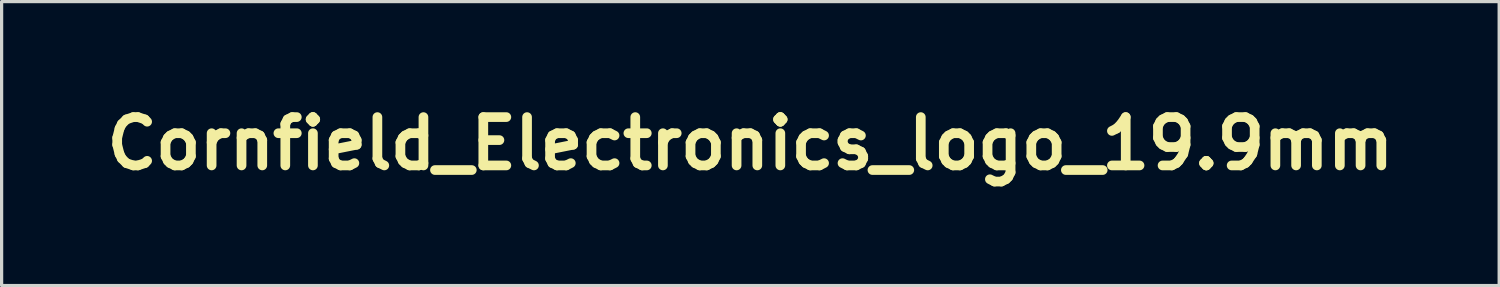
<source format=kicad_pcb>
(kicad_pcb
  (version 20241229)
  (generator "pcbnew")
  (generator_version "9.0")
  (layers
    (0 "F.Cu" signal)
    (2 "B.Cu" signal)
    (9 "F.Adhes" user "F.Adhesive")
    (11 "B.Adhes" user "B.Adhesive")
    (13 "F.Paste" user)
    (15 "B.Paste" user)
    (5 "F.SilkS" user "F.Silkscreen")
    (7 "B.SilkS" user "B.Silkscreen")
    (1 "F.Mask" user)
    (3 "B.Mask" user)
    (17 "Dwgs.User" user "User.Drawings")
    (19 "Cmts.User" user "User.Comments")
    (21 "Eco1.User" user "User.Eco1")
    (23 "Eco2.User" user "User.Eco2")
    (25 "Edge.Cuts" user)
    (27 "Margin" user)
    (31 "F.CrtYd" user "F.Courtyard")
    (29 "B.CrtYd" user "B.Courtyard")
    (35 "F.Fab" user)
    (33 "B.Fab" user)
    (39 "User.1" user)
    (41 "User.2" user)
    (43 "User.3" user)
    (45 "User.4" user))
  (footprint "Cornfield_Electronics_logo_19.9mm"
    (layer "F.Cu")
    (at 20.229 1.404)
    (property "Reference" "Cornfield_Electronics_logo_19.9mm" (at 0 0 0) (layer "F.SilkS") (effects (font (size 1.5 1.5) (thickness 0.3))))
    (attr board_only exclude_from_pos_files exclude_from_bom)
    (fp_poly (pts (xy -9.68 -0.712) (xy -9.673 -0.683) (xy -9.689 -0.645) (xy -9.718 -0.637) (xy -9.756 -0.653) (xy -9.764 -0.683) (xy -9.748 -0.721) (xy -9.718 -0.728)) (stroke (width 0) (type solid)) (fill yes) (layer "F.Mask"))
    (fp_poly (pts (xy -9.68 -0.576) (xy -9.673 -0.546) (xy -9.689 -0.508) (xy -9.718 -0.501) (xy -9.756 -0.517) (xy -9.764 -0.546) (xy -9.748 -0.584) (xy -9.718 -0.592)) (stroke (width 0) (type solid)) (fill yes) (layer "F.Mask"))
    (fp_poly (pts (xy -9.68 -0.416) (xy -9.673 -0.387) (xy -9.689 -0.349) (xy -9.718 -0.341) (xy -9.756 -0.357) (xy -9.764 -0.387) (xy -9.748 -0.425) (xy -9.718 -0.432)) (stroke (width 0) (type solid)) (fill yes) (layer "F.Mask"))
    (fp_poly (pts (xy -9.544 -0.803) (xy -9.536 -0.774) (xy -9.552 -0.736) (xy -9.582 -0.728) (xy -9.62 -0.744) (xy -9.627 -0.774) (xy -9.611 -0.812) (xy -9.582 -0.819)) (stroke (width 0) (type solid)) (fill yes) (layer "F.Mask"))
    (fp_poly (pts (xy -9.544 -0.644) (xy -9.536 -0.615) (xy -9.552 -0.576) (xy -9.582 -0.569) (xy -9.62 -0.585) (xy -9.627 -0.615) (xy -9.611 -0.653) (xy -9.582 -0.66)) (stroke (width 0) (type solid)) (fill yes) (layer "F.Mask"))
    (fp_poly (pts (xy -9.544 -0.485) (xy -9.536 -0.455) (xy -9.552 -0.417) (xy -9.582 -0.41) (xy -9.62 -0.426) (xy -9.627 -0.455) (xy -9.611 -0.493) (xy -9.582 -0.501)) (stroke (width 0) (type solid)) (fill yes) (layer "F.Mask"))
    (fp_poly (pts (xy -9.544 -0.348) (xy -9.536 -0.319) (xy -9.552 -0.281) (xy -9.582 -0.273) (xy -9.62 -0.289) (xy -9.627 -0.319) (xy -9.611 -0.357) (xy -9.582 -0.364)) (stroke (width 0) (type solid)) (fill yes) (layer "F.Mask"))
    (fp_poly (pts (xy -9.385 -0.712) (xy -9.377 -0.683) (xy -9.393 -0.645) (xy -9.423 -0.637) (xy -9.461 -0.653) (xy -9.468 -0.683) (xy -9.452 -0.721) (xy -9.423 -0.728)) (stroke (width 0) (type solid)) (fill yes) (layer "F.Mask"))
    (fp_poly (pts (xy -9.385 -0.576) (xy -9.377 -0.546) (xy -9.393 -0.508) (xy -9.423 -0.501) (xy -9.461 -0.517) (xy -9.468 -0.546) (xy -9.452 -0.584) (xy -9.423 -0.592)) (stroke (width 0) (type solid)) (fill yes) (layer "F.Mask"))
    (fp_poly (pts (xy -9.385 -0.416) (xy -9.377 -0.387) (xy -9.393 -0.349) (xy -9.423 -0.341) (xy -9.461 -0.357) (xy -9.468 -0.387) (xy -9.452 -0.425) (xy -9.423 -0.432)) (stroke (width 0) (type solid)) (fill yes) (layer "F.Mask"))
    (fp_poly (pts (xy -8.838 -0.712) (xy -8.831 -0.683) (xy -8.847 -0.645) (xy -8.876 -0.637) (xy -8.914 -0.653) (xy -8.922 -0.683) (xy -8.906 -0.721) (xy -8.876 -0.728)) (stroke (width 0) (type solid)) (fill yes) (layer "F.Mask"))
    (fp_poly (pts (xy -8.838 -0.576) (xy -8.831 -0.546) (xy -8.847 -0.508) (xy -8.876 -0.501) (xy -8.914 -0.517) (xy -8.922 -0.546) (xy -8.906 -0.584) (xy -8.876 -0.592)) (stroke (width 0) (type solid)) (fill yes) (layer "F.Mask"))
    (fp_poly (pts (xy -8.838 -0.416) (xy -8.831 -0.387) (xy -8.847 -0.349) (xy -8.876 -0.341) (xy -8.914 -0.357) (xy -8.922 -0.387) (xy -8.906 -0.425) (xy -8.876 -0.432)) (stroke (width 0) (type solid)) (fill yes) (layer "F.Mask"))
    (fp_poly (pts (xy -8.702 -0.803) (xy -8.694 -0.774) (xy -8.71 -0.736) (xy -8.74 -0.728) (xy -8.778 -0.744) (xy -8.785 -0.774) (xy -8.769 -0.812) (xy -8.74 -0.819)) (stroke (width 0) (type solid)) (fill yes) (layer "F.Mask"))
    (fp_poly (pts (xy -8.702 -0.644) (xy -8.694 -0.615) (xy -8.71 -0.576) (xy -8.74 -0.569) (xy -8.778 -0.585) (xy -8.785 -0.615) (xy -8.769 -0.653) (xy -8.74 -0.66)) (stroke (width 0) (type solid)) (fill yes) (layer "F.Mask"))
    (fp_poly (pts (xy -8.702 -0.485) (xy -8.694 -0.455) (xy -8.71 -0.417) (xy -8.74 -0.41) (xy -8.778 -0.426) (xy -8.785 -0.455) (xy -8.769 -0.493) (xy -8.74 -0.501)) (stroke (width 0) (type solid)) (fill yes) (layer "F.Mask"))
    (fp_poly (pts (xy -8.702 -0.348) (xy -8.694 -0.319) (xy -8.71 -0.281) (xy -8.74 -0.273) (xy -8.778 -0.289) (xy -8.785 -0.319) (xy -8.769 -0.357) (xy -8.74 -0.364)) (stroke (width 0) (type solid)) (fill yes) (layer "F.Mask"))
    (fp_poly (pts (xy -8.542 -0.712) (xy -8.535 -0.683) (xy -8.551 -0.645) (xy -8.58 -0.637) (xy -8.619 -0.653) (xy -8.626 -0.683) (xy -8.61 -0.721) (xy -8.58 -0.728)) (stroke (width 0) (type solid)) (fill yes) (layer "F.Mask"))
    (fp_poly (pts (xy -8.542 -0.576) (xy -8.535 -0.546) (xy -8.551 -0.508) (xy -8.58 -0.501) (xy -8.619 -0.517) (xy -8.626 -0.546) (xy -8.61 -0.584) (xy -8.58 -0.592)) (stroke (width 0) (type solid)) (fill yes) (layer "F.Mask"))
    (fp_poly (pts (xy -8.542 -0.416) (xy -8.535 -0.387) (xy -8.551 -0.349) (xy -8.58 -0.341) (xy -8.619 -0.357) (xy -8.626 -0.387) (xy -8.61 -0.425) (xy -8.58 -0.432)) (stroke (width 0) (type solid)) (fill yes) (layer "F.Mask"))
    (fp_poly (pts (xy -7.996 -0.712) (xy -7.989 -0.683) (xy -8.005 -0.645) (xy -8.034 -0.637) (xy -8.072 -0.653) (xy -8.08 -0.683) (xy -8.064 -0.721) (xy -8.034 -0.728)) (stroke (width 0) (type solid)) (fill yes) (layer "F.Mask"))
    (fp_poly (pts (xy -7.996 -0.576) (xy -7.989 -0.546) (xy -8.005 -0.508) (xy -8.034 -0.501) (xy -8.072 -0.517) (xy -8.08 -0.546) (xy -8.064 -0.584) (xy -8.034 -0.592)) (stroke (width 0) (type solid)) (fill yes) (layer "F.Mask"))
    (fp_poly (pts (xy -7.996 -0.416) (xy -7.989 -0.387) (xy -8.005 -0.349) (xy -8.034 -0.341) (xy -8.072 -0.357) (xy -8.08 -0.387) (xy -8.064 -0.425) (xy -8.034 -0.432)) (stroke (width 0) (type solid)) (fill yes) (layer "F.Mask"))
    (fp_poly (pts (xy -7.86 -0.803) (xy -7.852 -0.774) (xy -7.868 -0.736) (xy -7.898 -0.728) (xy -7.936 -0.744) (xy -7.943 -0.774) (xy -7.927 -0.812) (xy -7.898 -0.819)) (stroke (width 0) (type solid)) (fill yes) (layer "F.Mask"))
    (fp_poly (pts (xy -7.86 -0.644) (xy -7.852 -0.615) (xy -7.868 -0.576) (xy -7.898 -0.569) (xy -7.936 -0.585) (xy -7.943 -0.615) (xy -7.927 -0.653) (xy -7.898 -0.66)) (stroke (width 0) (type solid)) (fill yes) (layer "F.Mask"))
    (fp_poly (pts (xy -7.86 -0.485) (xy -7.852 -0.455) (xy -7.868 -0.417) (xy -7.898 -0.41) (xy -7.936 -0.426) (xy -7.943 -0.455) (xy -7.927 -0.493) (xy -7.898 -0.501)) (stroke (width 0) (type solid)) (fill yes) (layer "F.Mask"))
    (fp_poly (pts (xy -7.86 -0.348) (xy -7.852 -0.319) (xy -7.868 -0.281) (xy -7.898 -0.273) (xy -7.936 -0.289) (xy -7.943 -0.319) (xy -7.927 -0.357) (xy -7.898 -0.364)) (stroke (width 0) (type solid)) (fill yes) (layer "F.Mask"))
    (fp_poly (pts (xy -7.7 -0.712) (xy -7.693 -0.683) (xy -7.709 -0.645) (xy -7.738 -0.637) (xy -7.776 -0.653) (xy -7.784 -0.683) (xy -7.768 -0.721) (xy -7.738 -0.728)) (stroke (width 0) (type solid)) (fill yes) (layer "F.Mask"))
    (fp_poly (pts (xy -7.7 -0.576) (xy -7.693 -0.546) (xy -7.709 -0.508) (xy -7.738 -0.501) (xy -7.776 -0.517) (xy -7.784 -0.546) (xy -7.768 -0.584) (xy -7.738 -0.592)) (stroke (width 0) (type solid)) (fill yes) (layer "F.Mask"))
    (fp_poly (pts (xy -7.7 -0.416) (xy -7.693 -0.387) (xy -7.709 -0.349) (xy -7.738 -0.341) (xy -7.776 -0.357) (xy -7.784 -0.387) (xy -7.768 -0.425) (xy -7.738 -0.432)) (stroke (width 0) (type solid)) (fill yes) (layer "F.Mask"))
    (fp_poly (pts (xy 8.269 -0.362) (xy 8.348 -0.356) (xy 8.392 -0.347) (xy 8.398 -0.341) (xy 8.378 -0.326) (xy 8.329 -0.319) (xy 8.319 -0.319) (xy 8.239 -0.319) (xy 8.239 0.067) (xy 8.239 0.452) (xy 8.311 0.459) (xy 8.364 0.472) (xy 8.393 0.494) (xy 8.393 0.495) (xy 8.386 0.508) (xy 8.35 0.517) (xy 8.281 0.522) (xy 8.173 0.523) (xy 8.159 0.523) (xy 8.047 0.522) (xy 7.974 0.518) (xy 7.935 0.509) (xy 7.926 0.497) (xy 7.926 0.495) (xy 7.953 0.473) (xy 8.005 0.46) (xy 8.008 0.459) (xy 8.08 0.452) (xy 8.08 0.067) (xy 8.08 -0.319) (xy 8 -0.319) (xy 7.947 -0.324) (xy 7.921 -0.338) (xy 7.92 -0.341) (xy 7.942 -0.352) (xy 8.003 -0.359) (xy 8.097 -0.364) (xy 8.159 -0.364)) (stroke (width 0) (type solid)) (fill yes) (layer "F.Mask"))
    (fp_poly (pts (xy -1.924 -0.363) (xy -1.849 -0.357) (xy -1.798 -0.348) (xy -1.781 -0.336) (xy -1.781 -0.336) (xy -1.81 -0.317) (xy -1.863 -0.314) (xy -1.935 -0.322) (xy -1.935 0.065) (xy -1.935 0.452) (xy -1.862 0.459) (xy -1.809 0.472) (xy -1.781 0.494) (xy -1.781 0.495) (xy -1.788 0.508) (xy -1.823 0.517) (xy -1.893 0.522) (xy -2.002 0.523) (xy -2.011 0.523) (xy -2.111 0.522) (xy -2.193 0.517) (xy -2.247 0.51) (xy -2.263 0.503) (xy -2.257 0.48) (xy -2.218 0.462) (xy -2.16 0.455) (xy -2.144 0.453) (xy -2.133 0.441) (xy -2.125 0.414) (xy -2.12 0.366) (xy -2.118 0.289) (xy -2.117 0.178) (xy -2.117 0.068) (xy -2.117 -0.319) (xy -2.198 -0.319) (xy -2.249 -0.324) (xy -2.266 -0.338) (xy -2.265 -0.341) (xy -2.237 -0.353) (xy -2.178 -0.36) (xy -2.099 -0.365) (xy -2.011 -0.365)) (stroke (width 0) (type solid)) (fill yes) (layer "F.Mask"))
    (fp_poly (pts (xy 2.364 -0.362) (xy 2.443 -0.357) (xy 2.492 -0.349) (xy 2.504 -0.343) (xy 2.484 -0.326) (xy 2.435 -0.315) (xy 2.43 -0.314) (xy 2.356 -0.307) (xy 2.349 0.074) (xy 2.343 0.455) (xy 2.475 0.455) (xy 2.569 0.451) (xy 2.628 0.436) (xy 2.662 0.404) (xy 2.681 0.351) (xy 2.682 0.343) (xy 2.7 0.288) (xy 2.718 0.274) (xy 2.733 0.3) (xy 2.742 0.362) (xy 2.743 0.393) (xy 2.743 0.512) (xy 2.384 0.518) (xy 2.254 0.519) (xy 2.148 0.518) (xy 2.071 0.514) (xy 2.031 0.507) (xy 2.026 0.504) (xy 2.046 0.478) (xy 2.096 0.46) (xy 2.141 0.455) (xy 2.157 0.453) (xy 2.169 0.441) (xy 2.177 0.414) (xy 2.181 0.366) (xy 2.184 0.289) (xy 2.185 0.178) (xy 2.185 0.068) (xy 2.185 -0.319) (xy 2.105 -0.319) (xy 2.053 -0.324) (xy 2.026 -0.338) (xy 2.026 -0.341) (xy 2.047 -0.352) (xy 2.108 -0.359) (xy 2.202 -0.364) (xy 2.265 -0.364)) (stroke (width 0) (type solid)) (fill yes) (layer "F.Mask"))
    (fp_poly (pts (xy -0.517 -0.362) (xy -0.437 -0.356) (xy -0.393 -0.347) (xy -0.387 -0.341) (xy -0.407 -0.326) (xy -0.456 -0.319) (xy -0.467 -0.319) (xy -0.546 -0.319) (xy -0.546 0.069) (xy -0.546 0.457) (xy -0.406 0.451) (xy -0.321 0.443) (xy -0.269 0.425) (xy -0.239 0.389) (xy -0.22 0.325) (xy -0.217 0.313) (xy -0.201 0.262) (xy -0.184 0.252) (xy -0.169 0.28) (xy -0.161 0.342) (xy -0.159 0.387) (xy -0.159 0.523) (xy -0.511 0.523) (xy -0.633 0.522) (xy -0.738 0.519) (xy -0.818 0.514) (xy -0.866 0.507) (xy -0.875 0.503) (xy -0.869 0.48) (xy -0.83 0.462) (xy -0.774 0.455) (xy -0.749 0.451) (xy -0.731 0.434) (xy -0.718 0.399) (xy -0.711 0.338) (xy -0.707 0.247) (xy -0.706 0.118) (xy -0.706 0.068) (xy -0.707 -0.049) (xy -0.709 -0.153) (xy -0.713 -0.232) (xy -0.718 -0.277) (xy -0.719 -0.283) (xy -0.752 -0.31) (xy -0.799 -0.319) (xy -0.846 -0.325) (xy -0.865 -0.341) (xy -0.843 -0.352) (xy -0.782 -0.359) (xy -0.688 -0.364) (xy -0.626 -0.364)) (stroke (width 0) (type solid)) (fill yes) (layer "F.Mask"))
    (fp_poly (pts (xy -4.263 -0.377) (xy -4.213 -0.343) (xy -4.191 -0.286) (xy -4.192 -0.263) (xy -4.214 -0.197) (xy -4.256 -0.165) (xy -4.304 -0.167) (xy -4.346 -0.202) (xy -4.371 -0.264) (xy -4.383 -0.33) (xy -4.444 -0.264) (xy -4.488 -0.207) (xy -4.519 -0.139) (xy -4.539 -0.051) (xy -4.549 0.065) (xy -4.552 0.209) (xy -4.552 0.452) (xy -4.48 0.459) (xy -4.427 0.472) (xy -4.399 0.494) (xy -4.398 0.495) (xy -4.405 0.508) (xy -4.441 0.517) (xy -4.51 0.522) (xy -4.618 0.523) (xy -4.632 0.523) (xy -4.744 0.522) (xy -4.817 0.518) (xy -4.856 0.509) (xy -4.865 0.497) (xy -4.865 0.495) (xy -4.838 0.473) (xy -4.786 0.46) (xy -4.784 0.459) (xy -4.711 0.452) (xy -4.711 0.067) (xy -4.711 -0.319) (xy -4.791 -0.319) (xy -4.844 -0.324) (xy -4.87 -0.338) (xy -4.871 -0.341) (xy -4.85 -0.356) (xy -4.8 -0.364) (xy -4.782 -0.364) (xy -4.702 -0.368) (xy -4.627 -0.378) (xy -4.623 -0.378) (xy -4.574 -0.384) (xy -4.555 -0.369) (xy -4.552 -0.331) (xy -4.552 -0.269) (xy -4.482 -0.328) (xy -4.407 -0.372) (xy -4.331 -0.388)) (stroke (width 0) (type solid)) (fill yes) (layer "F.Mask"))
    (fp_poly (pts (xy -6.047 -0.379) (xy -5.953 -0.342) (xy -5.89 -0.285) (xy -5.855 -0.215) (xy -5.849 -0.143) (xy -5.874 -0.083) (xy -5.9 -0.059) (xy -5.949 -0.049) (xy -5.992 -0.072) (xy -6.021 -0.115) (xy -6.029 -0.167) (xy -6.009 -0.216) (xy -5.998 -0.227) (xy -5.975 -0.253) (xy -5.989 -0.276) (xy -6.003 -0.287) (xy -6.068 -0.313) (xy -6.148 -0.315) (xy -6.213 -0.296) (xy -6.258 -0.247) (xy -6.291 -0.158) (xy -6.309 -0.032) (xy -6.314 0.091) (xy -6.309 0.215) (xy -6.295 0.303) (xy -6.273 0.359) (xy -6.215 0.431) (xy -6.141 0.466) (xy -6.063 0.464) (xy -5.99 0.425) (xy -5.933 0.35) (xy -5.929 0.341) (xy -5.9 0.286) (xy -5.876 0.254) (xy -5.87 0.25) (xy -5.842 0.266) (xy -5.839 0.307) (xy -5.856 0.362) (xy -5.89 0.422) (xy -5.936 0.475) (xy -5.973 0.503) (xy -6.078 0.543) (xy -6.189 0.539) (xy -6.299 0.492) (xy -6.324 0.475) (xy -6.405 0.399) (xy -6.458 0.307) (xy -6.486 0.189) (xy -6.492 0.079) (xy -6.482 -0.064) (xy -6.446 -0.179) (xy -6.38 -0.276) (xy -6.349 -0.308) (xy -6.263 -0.362) (xy -6.157 -0.386)) (stroke (width 0) (type solid)) (fill yes) (layer "F.Mask"))
    (fp_poly (pts (xy 8.964 -0.371) (xy 9.052 -0.326) (xy 9.101 -0.267) (xy 9.123 -0.198) (xy 9.119 -0.132) (xy 9.095 -0.08) (xy 9.057 -0.05) (xy 9.008 -0.053) (xy 8.996 -0.059) (xy 8.957 -0.105) (xy 8.949 -0.163) (xy 8.973 -0.214) (xy 8.982 -0.222) (xy 9.011 -0.247) (xy 9.003 -0.268) (xy 8.98 -0.286) (xy 8.915 -0.313) (xy 8.838 -0.316) (xy 8.771 -0.296) (xy 8.751 -0.281) (xy 8.711 -0.228) (xy 8.685 -0.157) (xy 8.671 -0.06) (xy 8.666 0.068) (xy 8.674 0.229) (xy 8.702 0.348) (xy 8.748 0.427) (xy 8.814 0.465) (xy 8.899 0.464) (xy 8.921 0.458) (xy 8.995 0.42) (xy 9.048 0.351) (xy 9.049 0.349) (xy 9.087 0.289) (xy 9.119 0.257) (xy 9.14 0.256) (xy 9.144 0.289) (xy 9.14 0.309) (xy 9.104 0.394) (xy 9.049 0.47) (xy 8.986 0.52) (xy 8.975 0.525) (xy 8.897 0.542) (xy 8.809 0.544) (xy 8.733 0.53) (xy 8.708 0.52) (xy 8.601 0.435) (xy 8.529 0.323) (xy 8.491 0.183) (xy 8.485 0.091) (xy 8.498 -0.066) (xy 8.542 -0.196) (xy 8.613 -0.294) (xy 8.709 -0.359) (xy 8.829 -0.386) (xy 8.854 -0.387)) (stroke (width 0) (type solid)) (fill yes) (layer "F.Mask"))
    (fp_poly (pts (xy 0.309 -0.363) (xy 0.399 -0.358) (xy 0.464 -0.349) (xy 0.515 -0.333) (xy 0.541 -0.321) (xy 0.643 -0.246) (xy 0.714 -0.145) (xy 0.754 -0.029) (xy 0.764 0.096) (xy 0.743 0.22) (xy 0.691 0.334) (xy 0.609 0.43) (xy 0.543 0.477) (xy 0.501 0.497) (xy 0.453 0.511) (xy 0.39 0.519) (xy 0.302 0.523) (xy 0.183 0.523) (xy 0.061 0.522) (xy -0.021 0.519) (xy -0.068 0.512) (xy -0.085 0.501) (xy -0.085 0.495) (xy -0.058 0.471) (xy -0.01 0.455) (xy 0.057 0.443) (xy 0.057 0.08) (xy 0.228 0.08) (xy 0.228 0.455) (xy 0.318 0.455) (xy 0.393 0.448) (xy 0.458 0.432) (xy 0.465 0.429) (xy 0.518 0.383) (xy 0.554 0.301) (xy 0.574 0.18) (xy 0.578 0.057) (xy 0.568 -0.085) (xy 0.541 -0.192) (xy 0.499 -0.26) (xy 0.466 -0.282) (xy 0.421 -0.291) (xy 0.353 -0.295) (xy 0.328 -0.296) (xy 0.228 -0.296) (xy 0.228 0.08) (xy 0.057 0.08) (xy 0.057 0.068) (xy 0.057 -0.307) (xy -0.017 -0.314) (xy -0.067 -0.325) (xy -0.091 -0.341) (xy -0.091 -0.343) (xy -0.07 -0.351) (xy -0.011 -0.358) (xy 0.078 -0.363) (xy 0.183 -0.364)) (stroke (width 0) (type solid)) (fill yes) (layer "F.Mask"))
    (fp_poly (pts (xy 3.328 -0.367) (xy 3.425 -0.311) (xy 3.492 -0.224) (xy 3.525 -0.111) (xy 3.528 -0.067) (xy 3.528 0) (xy 3.263 0) (xy 2.998 0) (xy 3.012 0.139) (xy 3.036 0.275) (xy 3.074 0.371) (xy 3.13 0.433) (xy 3.176 0.456) (xy 3.267 0.465) (xy 3.349 0.432) (xy 3.423 0.353) (xy 3.432 0.341) (xy 3.48 0.278) (xy 3.512 0.255) (xy 3.527 0.271) (xy 3.528 0.286) (xy 3.511 0.346) (xy 3.47 0.415) (xy 3.414 0.478) (xy 3.367 0.513) (xy 3.293 0.536) (xy 3.203 0.545) (xy 3.117 0.538) (xy 3.064 0.52) (xy 2.958 0.439) (xy 2.887 0.336) (xy 2.848 0.207) (xy 2.839 0.075) (xy 2.843 -0.025) (xy 2.856 -0.097) (xy 2.864 -0.117) (xy 3.033 -0.117) (xy 3.059 -0.099) (xy 3.12 -0.092) (xy 3.198 -0.091) (xy 3.368 -0.091) (xy 3.368 -0.159) (xy 3.351 -0.238) (xy 3.307 -0.291) (xy 3.245 -0.314) (xy 3.176 -0.307) (xy 3.11 -0.269) (xy 3.061 -0.205) (xy 3.036 -0.151) (xy 3.033 -0.117) (xy 2.864 -0.117) (xy 2.883 -0.162) (xy 2.899 -0.191) (xy 2.982 -0.296) (xy 3.084 -0.363) (xy 3.2 -0.387) (xy 3.208 -0.387)) (stroke (width 0) (type solid)) (fill yes) (layer "F.Mask"))
    (fp_poly (pts (xy 4.146 -0.372) (xy 4.234 -0.33) (xy 4.294 -0.268) (xy 4.32 -0.192) (xy 4.311 -0.117) (xy 4.275 -0.066) (xy 4.225 -0.046) (xy 4.176 -0.059) (xy 4.142 -0.102) (xy 4.125 -0.152) (xy 4.124 -0.178) (xy 4.145 -0.204) (xy 4.158 -0.217) (xy 4.184 -0.249) (xy 4.174 -0.272) (xy 4.154 -0.287) (xy 4.078 -0.319) (xy 4 -0.311) (xy 3.931 -0.268) (xy 3.881 -0.195) (xy 3.87 -0.164) (xy 3.853 -0.068) (xy 3.847 0.049) (xy 3.851 0.17) (xy 3.865 0.276) (xy 3.882 0.339) (xy 3.933 0.418) (xy 4.002 0.461) (xy 4.079 0.468) (xy 4.154 0.438) (xy 4.219 0.372) (xy 4.242 0.332) (xy 4.277 0.273) (xy 4.305 0.253) (xy 4.321 0.274) (xy 4.324 0.31) (xy 4.304 0.374) (xy 4.243 0.45) (xy 4.236 0.458) (xy 4.177 0.511) (xy 4.128 0.537) (xy 4.069 0.545) (xy 4.048 0.545) (xy 3.966 0.537) (xy 3.89 0.518) (xy 3.877 0.513) (xy 3.797 0.455) (xy 3.734 0.364) (xy 3.691 0.249) (xy 3.669 0.122) (xy 3.672 -0.01) (xy 3.702 -0.134) (xy 3.711 -0.156) (xy 3.779 -0.272) (xy 3.868 -0.347) (xy 3.978 -0.383) (xy 4.036 -0.387)) (stroke (width 0) (type solid)) (fill yes) (layer "F.Mask"))
    (fp_poly (pts (xy 6.481 -0.378) (xy 6.562 -0.347) (xy 6.634 -0.285) (xy 6.643 -0.276) (xy 6.709 -0.182) (xy 6.746 -0.072) (xy 6.76 0.065) (xy 6.76 0.083) (xy 6.744 0.237) (xy 6.697 0.365) (xy 6.621 0.461) (xy 6.595 0.482) (xy 6.523 0.516) (xy 6.432 0.536) (xy 6.34 0.541) (xy 6.265 0.529) (xy 6.248 0.52) (xy 6.168 0.457) (xy 6.093 0.371) (xy 6.041 0.284) (xy 6.041 0.283) (xy 6.016 0.184) (xy 6.012 0.104) (xy 6.189 0.104) (xy 6.196 0.223) (xy 6.214 0.324) (xy 6.255 0.405) (xy 6.316 0.458) (xy 6.388 0.479) (xy 6.46 0.464) (xy 6.508 0.428) (xy 6.549 0.365) (xy 6.575 0.274) (xy 6.586 0.149) (xy 6.587 0.057) (xy 6.578 -0.08) (xy 6.555 -0.189) (xy 6.519 -0.265) (xy 6.486 -0.296) (xy 6.417 -0.316) (xy 6.342 -0.314) (xy 6.282 -0.291) (xy 6.273 -0.284) (xy 6.238 -0.224) (xy 6.211 -0.132) (xy 6.195 -0.019) (xy 6.189 0.104) (xy 6.012 0.104) (xy 6.01 0.064) (xy 6.023 -0.056) (xy 6.051 -0.148) (xy 6.095 -0.221) (xy 6.156 -0.294) (xy 6.177 -0.313) (xy 6.239 -0.36) (xy 6.298 -0.382) (xy 6.375 -0.387)) (stroke (width 0) (type solid)) (fill yes) (layer "F.Mask"))
    (fp_poly (pts (xy 5.905 -0.374) (xy 5.949 -0.335) (xy 5.96 -0.264) (xy 5.959 -0.246) (xy 5.948 -0.193) (xy 5.92 -0.17) (xy 5.879 -0.164) (xy 5.826 -0.164) (xy 5.801 -0.186) (xy 5.791 -0.221) (xy 5.779 -0.274) (xy 5.773 -0.304) (xy 5.756 -0.302) (xy 5.72 -0.274) (xy 5.709 -0.263) (xy 5.661 -0.198) (xy 5.628 -0.109) (xy 5.608 0.011) (xy 5.599 0.167) (xy 5.599 0.225) (xy 5.599 0.452) (xy 5.671 0.459) (xy 5.724 0.472) (xy 5.752 0.494) (xy 5.753 0.495) (xy 5.746 0.508) (xy 5.71 0.517) (xy 5.641 0.522) (xy 5.532 0.523) (xy 5.521 0.523) (xy 5.412 0.522) (xy 5.34 0.519) (xy 5.299 0.511) (xy 5.282 0.499) (xy 5.28 0.489) (xy 5.298 0.464) (xy 5.353 0.455) (xy 5.36 0.455) (xy 5.44 0.455) (xy 5.44 0.068) (xy 5.44 -0.319) (xy 5.36 -0.319) (xy 5.307 -0.324) (xy 5.281 -0.338) (xy 5.28 -0.341) (xy 5.3 -0.356) (xy 5.351 -0.364) (xy 5.368 -0.364) (xy 5.449 -0.368) (xy 5.524 -0.378) (xy 5.528 -0.378) (xy 5.577 -0.384) (xy 5.596 -0.369) (xy 5.599 -0.331) (xy 5.599 -0.269) (xy 5.669 -0.328) (xy 5.755 -0.377) (xy 5.825 -0.387)) (stroke (width 0) (type solid)) (fill yes) (layer "F.Mask"))
    (fp_poly (pts (xy -5.238 -0.378) (xy -5.133 -0.333) (xy -5.042 -0.252) (xy -5.004 -0.196) (xy -4.975 -0.137) (xy -4.959 -0.075) (xy -4.951 0.006) (xy -4.95 0.081) (xy -4.952 0.179) (xy -4.96 0.246) (xy -4.977 0.298) (xy -5.007 0.351) (xy -5.014 0.361) (xy -5.103 0.463) (xy -5.207 0.525) (xy -5.321 0.546) (xy -5.438 0.523) (xy -5.485 0.501) (xy -5.55 0.453) (xy -5.61 0.389) (xy -5.622 0.373) (xy -5.651 0.322) (xy -5.67 0.266) (xy -5.68 0.193) (xy -5.682 0.154) (xy -5.516 0.154) (xy -5.509 0.255) (xy -5.502 0.298) (xy -5.466 0.389) (xy -5.409 0.45) (xy -5.339 0.477) (xy -5.264 0.467) (xy -5.201 0.424) (xy -5.163 0.36) (xy -5.136 0.265) (xy -5.122 0.15) (xy -5.119 0.029) (xy -5.129 -0.087) (xy -5.151 -0.185) (xy -5.181 -0.244) (xy -5.246 -0.3) (xy -5.323 -0.319) (xy -5.398 -0.302) (xy -5.46 -0.25) (xy -5.475 -0.225) (xy -5.494 -0.163) (xy -5.508 -0.069) (xy -5.515 0.041) (xy -5.516 0.154) (xy -5.682 0.154) (xy -5.685 0.093) (xy -5.687 -0.009) (xy -5.682 -0.079) (xy -5.669 -0.132) (xy -5.645 -0.183) (xy -5.639 -0.193) (xy -5.558 -0.293) (xy -5.459 -0.358) (xy -5.349 -0.386)) (stroke (width 0) (type solid)) (fill yes) (layer "F.Mask"))
    (fp_poly (pts (xy -1.194 -0.373) (xy -1.122 -0.347) (xy -1.097 -0.328) (xy -1.025 -0.237) (xy -0.987 -0.154) (xy -0.979 -0.087) (xy -0.979 -0.001) (xy -1.235 0.005) (xy -1.491 0.011) (xy -1.486 0.137) (xy -1.467 0.272) (xy -1.427 0.375) (xy -1.367 0.441) (xy -1.289 0.469) (xy -1.2 0.457) (xy -1.124 0.41) (xy -1.072 0.341) (xy -1.031 0.278) (xy -1 0.252) (xy -0.982 0.265) (xy -0.979 0.29) (xy -0.996 0.354) (xy -1.04 0.424) (xy -1.098 0.486) (xy -1.136 0.511) (xy -1.234 0.54) (xy -1.346 0.541) (xy -1.445 0.514) (xy -1.545 0.448) (xy -1.613 0.352) (xy -1.65 0.226) (xy -1.658 0.065) (xy -1.658 0.057) (xy -1.652 -0.042) (xy -1.64 -0.111) (xy -1.635 -0.125) (xy -1.478 -0.125) (xy -1.456 -0.103) (xy -1.397 -0.093) (xy -1.309 -0.091) (xy -1.138 -0.091) (xy -1.138 -0.159) (xy -1.156 -0.238) (xy -1.201 -0.291) (xy -1.264 -0.314) (xy -1.334 -0.306) (xy -1.401 -0.263) (xy -1.427 -0.23) (xy -1.467 -0.166) (xy -1.478 -0.125) (xy -1.635 -0.125) (xy -1.62 -0.166) (xy -1.586 -0.221) (xy -1.583 -0.225) (xy -1.53 -0.29) (xy -1.472 -0.342) (xy -1.449 -0.357) (xy -1.374 -0.379) (xy -1.284 -0.384)) (stroke (width 0) (type solid)) (fill yes) (layer "F.Mask"))
    (fp_poly (pts (xy 5.058 -0.372) (xy 5.13 -0.367) (xy 5.175 -0.355) (xy 5.2 -0.334) (xy 5.21 -0.3) (xy 5.212 -0.253) (xy 5.212 -0.214) (xy 5.207 -0.148) (xy 5.192 -0.118) (xy 5.178 -0.114) (xy 5.15 -0.133) (xy 5.144 -0.161) (xy 5.131 -0.236) (xy 5.088 -0.279) (xy 5.012 -0.296) (xy 4.995 -0.296) (xy 4.893 -0.296) (xy 4.893 0.08) (xy 4.894 0.218) (xy 4.895 0.318) (xy 4.898 0.385) (xy 4.904 0.426) (xy 4.913 0.447) (xy 4.926 0.454) (xy 4.937 0.455) (xy 4.999 0.464) (xy 5.042 0.484) (xy 5.053 0.503) (xy 5.031 0.511) (xy 4.974 0.518) (xy 4.89 0.522) (xy 4.814 0.523) (xy 4.716 0.522) (xy 4.637 0.517) (xy 4.587 0.51) (xy 4.575 0.503) (xy 4.595 0.478) (xy 4.645 0.46) (xy 4.69 0.455) (xy 4.706 0.453) (xy 4.718 0.441) (xy 4.726 0.414) (xy 4.731 0.364) (xy 4.733 0.287) (xy 4.734 0.174) (xy 4.734 0.078) (xy 4.734 -0.298) (xy 4.626 -0.291) (xy 4.559 -0.284) (xy 4.523 -0.268) (xy 4.502 -0.233) (xy 4.492 -0.206) (xy 4.465 -0.139) (xy 4.441 -0.117) (xy 4.425 -0.137) (xy 4.419 -0.199) (xy 4.42 -0.238) (xy 4.427 -0.368) (xy 4.808 -0.372) (xy 4.952 -0.373)) (stroke (width 0) (type solid)) (fill yes) (layer "F.Mask"))
    (fp_poly (pts (xy 1.71 -0.373) (xy 1.802 -0.33) (xy 1.869 -0.253) (xy 1.886 -0.223) (xy 1.915 -0.15) (xy 1.933 -0.082) (xy 1.935 -0.061) (xy 1.935 0) (xy 1.67 0) (xy 1.405 0) (xy 1.417 0.142) (xy 1.434 0.266) (xy 1.463 0.352) (xy 1.509 0.411) (xy 1.558 0.442) (xy 1.648 0.465) (xy 1.729 0.444) (xy 1.804 0.379) (xy 1.828 0.346) (xy 1.876 0.283) (xy 1.912 0.252) (xy 1.932 0.257) (xy 1.935 0.272) (xy 1.92 0.325) (xy 1.884 0.392) (xy 1.838 0.454) (xy 1.803 0.488) (xy 1.74 0.518) (xy 1.654 0.536) (xy 1.566 0.541) (xy 1.493 0.531) (xy 1.471 0.521) (xy 1.357 0.431) (xy 1.282 0.319) (xy 1.242 0.181) (xy 1.238 0.156) (xy 1.238 0.013) (xy 1.267 -0.118) (xy 1.27 -0.124) (xy 1.435 -0.124) (xy 1.461 -0.102) (xy 1.522 -0.093) (xy 1.605 -0.091) (xy 1.692 -0.092) (xy 1.743 -0.097) (xy 1.768 -0.109) (xy 1.775 -0.129) (xy 1.775 -0.135) (xy 1.76 -0.218) (xy 1.721 -0.281) (xy 1.674 -0.309) (xy 1.582 -0.313) (xy 1.508 -0.279) (xy 1.468 -0.228) (xy 1.439 -0.164) (xy 1.435 -0.124) (xy 1.27 -0.124) (xy 1.322 -0.23) (xy 1.4 -0.317) (xy 1.494 -0.371) (xy 1.587 -0.387)) (stroke (width 0) (type solid)) (fill yes) (layer "F.Mask"))
    (fp_poly (pts (xy -2.344 -0.239) (xy -2.347 -0.163) (xy -2.358 -0.125) (xy -2.378 -0.114) (xy -2.406 -0.134) (xy -2.413 -0.178) (xy -2.422 -0.238) (xy -2.455 -0.274) (xy -2.518 -0.292) (xy -2.599 -0.296) (xy -2.731 -0.296) (xy -2.731 -0.137) (xy -2.731 0.023) (xy -2.643 0.023) (xy -2.583 0.018) (xy -2.553 -0.001) (xy -2.54 -0.034) (xy -2.522 -0.083) (xy -2.505 -0.09) (xy -2.491 -0.058) (xy -2.483 0.008) (xy -2.481 0.068) (xy -2.482 0.147) (xy -2.486 0.204) (xy -2.491 0.227) (xy -2.492 0.228) (xy -2.508 0.21) (xy -2.534 0.166) (xy -2.538 0.159) (xy -2.572 0.111) (xy -2.62 0.093) (xy -2.652 0.091) (xy -2.731 0.091) (xy -2.731 0.272) (xy -2.731 0.452) (xy -2.659 0.459) (xy -2.606 0.472) (xy -2.578 0.494) (xy -2.577 0.495) (xy -2.584 0.508) (xy -2.62 0.517) (xy -2.689 0.522) (xy -2.798 0.523) (xy -2.809 0.523) (xy -2.907 0.522) (xy -2.987 0.517) (xy -3.037 0.509) (xy -3.05 0.503) (xy -3.03 0.484) (xy -2.983 0.467) (xy -2.982 0.467) (xy -2.913 0.452) (xy -2.913 0.066) (xy -2.913 -0.319) (xy -2.994 -0.319) (xy -3.046 -0.324) (xy -3.063 -0.338) (xy -3.061 -0.341) (xy -3.034 -0.35) (xy -2.966 -0.357) (xy -2.865 -0.362) (xy -2.736 -0.364) (xy -2.696 -0.364) (xy -2.344 -0.364)) (stroke (width 0) (type solid)) (fill yes) (layer "F.Mask"))
    (fp_poly (pts (xy 9.71 -0.374) (xy 9.792 -0.337) (xy 9.846 -0.283) (xy 9.865 -0.217) (xy 9.856 -0.172) (xy 9.822 -0.126) (xy 9.78 -0.115) (xy 9.739 -0.134) (xy 9.712 -0.176) (xy 9.708 -0.236) (xy 9.711 -0.246) (xy 9.705 -0.288) (xy 9.67 -0.311) (xy 9.615 -0.318) (xy 9.553 -0.309) (xy 9.494 -0.284) (xy 9.449 -0.246) (xy 9.435 -0.22) (xy 9.424 -0.165) (xy 9.44 -0.121) (xy 9.486 -0.081) (xy 9.569 -0.041) (xy 9.628 -0.018) (xy 9.757 0.039) (xy 9.845 0.102) (xy 9.897 0.176) (xy 9.916 0.246) (xy 9.907 0.336) (xy 9.865 0.424) (xy 9.798 0.496) (xy 9.763 0.517) (xy 9.696 0.536) (xy 9.607 0.544) (xy 9.518 0.539) (xy 9.457 0.525) (xy 9.381 0.479) (xy 9.322 0.414) (xy 9.289 0.346) (xy 9.286 0.323) (xy 9.299 0.258) (xy 9.333 0.218) (xy 9.378 0.212) (xy 9.396 0.22) (xy 9.429 0.259) (xy 9.442 0.31) (xy 9.433 0.354) (xy 9.422 0.365) (xy 9.414 0.386) (xy 9.44 0.413) (xy 9.488 0.439) (xy 9.547 0.457) (xy 9.604 0.463) (xy 9.706 0.447) (xy 9.773 0.404) (xy 9.801 0.351) (xy 9.8 0.293) (xy 9.764 0.243) (xy 9.69 0.197) (xy 9.589 0.158) (xy 9.454 0.1) (xy 9.363 0.03) (xy 9.316 -0.051) (xy 9.309 -0.103) (xy 9.328 -0.216) (xy 9.383 -0.304) (xy 9.47 -0.362) (xy 9.584 -0.386) (xy 9.605 -0.387)) (stroke (width 0) (type solid)) (fill yes) (layer "F.Mask"))
    (fp_poly (pts (xy -3.447 -0.382) (xy -3.384 -0.362) (xy -3.339 -0.323) (xy -3.308 -0.259) (xy -3.289 -0.165) (xy -3.28 -0.037) (xy -3.277 0.123) (xy -3.277 0.452) (xy -3.205 0.459) (xy -3.152 0.472) (xy -3.124 0.494) (xy -3.124 0.495) (xy -3.131 0.509) (xy -3.167 0.517) (xy -3.237 0.522) (xy -3.344 0.523) (xy -3.45 0.522) (xy -3.519 0.518) (xy -3.557 0.51) (xy -3.572 0.497) (xy -3.573 0.489) (xy -3.553 0.462) (xy -3.505 0.455) (xy -3.437 0.455) (xy -3.437 0.116) (xy -3.438 -0.006) (xy -3.44 -0.114) (xy -3.444 -0.198) (xy -3.448 -0.25) (xy -3.451 -0.26) (xy -3.484 -0.288) (xy -3.537 -0.296) (xy -3.62 -0.274) (xy -3.69 -0.213) (xy -3.744 -0.114) (xy -3.781 0.017) (xy -3.799 0.178) (xy -3.801 0.25) (xy -3.801 0.452) (xy -3.74 0.459) (xy -3.692 0.474) (xy -3.67 0.495) (xy -3.677 0.509) (xy -3.713 0.517) (xy -3.783 0.522) (xy -3.89 0.523) (xy -3.997 0.522) (xy -4.065 0.518) (xy -4.103 0.51) (xy -4.118 0.497) (xy -4.12 0.489) (xy -4.102 0.464) (xy -4.047 0.455) (xy -4.04 0.455) (xy -3.96 0.455) (xy -3.96 0.068) (xy -3.96 -0.319) (xy -4.04 -0.319) (xy -4.093 -0.324) (xy -4.119 -0.338) (xy -4.12 -0.341) (xy -4.099 -0.356) (xy -4.049 -0.364) (xy -4.031 -0.364) (xy -3.951 -0.368) (xy -3.876 -0.378) (xy -3.872 -0.378) (xy -3.827 -0.385) (xy -3.806 -0.373) (xy -3.801 -0.331) (xy -3.801 -0.301) (xy -3.801 -0.21) (xy -3.713 -0.299) (xy -3.652 -0.353) (xy -3.601 -0.379) (xy -3.541 -0.387) (xy -3.529 -0.387)) (stroke (width 0) (type solid)) (fill yes) (layer "F.Mask"))
    (fp_poly (pts (xy 7.519 -0.381) (xy 7.572 -0.365) (xy 7.581 -0.358) (xy 7.619 -0.324) (xy 7.645 -0.288) (xy 7.664 -0.242) (xy 7.677 -0.178) (xy 7.685 -0.088) (xy 7.691 0.037) (xy 7.693 0.1) (xy 7.704 0.444) (xy 7.778 0.451) (xy 7.833 0.466) (xy 7.852 0.491) (xy 7.844 0.506) (xy 7.813 0.516) (xy 7.753 0.521) (xy 7.657 0.523) (xy 7.625 0.523) (xy 7.515 0.521) (xy 7.439 0.513) (xy 7.401 0.502) (xy 7.402 0.488) (xy 7.445 0.471) (xy 7.465 0.467) (xy 7.534 0.452) (xy 7.534 0.114) (xy 7.533 -0.008) (xy 7.53 -0.115) (xy 7.526 -0.199) (xy 7.522 -0.25) (xy 7.52 -0.26) (xy 7.487 -0.289) (xy 7.432 -0.296) (xy 7.369 -0.282) (xy 7.316 -0.248) (xy 7.313 -0.245) (xy 7.256 -0.174) (xy 7.218 -0.097) (xy 7.193 -0.005) (xy 7.179 0.115) (xy 7.174 0.209) (xy 7.164 0.452) (xy 7.228 0.459) (xy 7.277 0.474) (xy 7.3 0.495) (xy 7.293 0.509) (xy 7.257 0.517) (xy 7.187 0.522) (xy 7.078 0.523) (xy 6.969 0.522) (xy 6.899 0.517) (xy 6.863 0.508) (xy 6.856 0.495) (xy 6.883 0.473) (xy 6.936 0.46) (xy 6.938 0.459) (xy 7.011 0.452) (xy 7.005 0.072) (xy 6.999 -0.307) (xy 6.925 -0.314) (xy 6.867 -0.325) (xy 6.851 -0.339) (xy 6.872 -0.353) (xy 6.926 -0.362) (xy 6.974 -0.364) (xy 7.05 -0.367) (xy 7.111 -0.373) (xy 7.133 -0.378) (xy 7.157 -0.378) (xy 7.167 -0.35) (xy 7.169 -0.302) (xy 7.169 -0.212) (xy 7.261 -0.299) (xy 7.324 -0.353) (xy 7.377 -0.379) (xy 7.439 -0.387) (xy 7.45 -0.387)) (stroke (width 0) (type solid)) (fill yes) (layer "F.Mask"))
    (fp_poly (pts (xy -7.656 -0.191) (xy -7.647 -0.171) (xy -7.629 -0.141) (xy -7.613 -0.137) (xy -7.585 -0.118) (xy -7.579 -0.091) (xy -7.595 -0.053) (xy -7.625 -0.046) (xy -7.662 -0.06) (xy -7.67 -0.08) (xy -7.682 -0.11) (xy -7.693 -0.114) (xy -7.713 -0.095) (xy -7.716 -0.08) (xy -7.734 -0.049) (xy -7.75 -0.046) (xy -7.78 -0.027) (xy -7.784 -0.011) (xy -7.802 0.027) (xy -7.818 0.037) (xy -7.84 0.063) (xy -7.851 0.109) (xy -7.85 0.154) (xy -7.836 0.181) (xy -7.829 0.182) (xy -7.809 0.164) (xy -7.807 0.148) (xy -7.788 0.118) (xy -7.772 0.114) (xy -7.742 0.096) (xy -7.738 0.08) (xy -7.719 0.052) (xy -7.693 0.046) (xy -7.656 0.06) (xy -7.647 0.08) (xy -7.629 0.11) (xy -7.613 0.114) (xy -7.585 0.133) (xy -7.579 0.159) (xy -7.595 0.197) (xy -7.625 0.205) (xy -7.662 0.191) (xy -7.67 0.171) (xy -7.682 0.14) (xy -7.693 0.137) (xy -7.713 0.155) (xy -7.716 0.171) (xy -7.734 0.201) (xy -7.75 0.205) (xy -7.78 0.223) (xy -7.784 0.24) (xy -7.802 0.278) (xy -7.818 0.288) (xy -7.841 0.313) (xy -7.852 0.356) (xy -7.848 0.394) (xy -7.829 0.41) (xy -7.809 0.391) (xy -7.807 0.376) (xy -7.788 0.345) (xy -7.772 0.341) (xy -7.742 0.323) (xy -7.738 0.307) (xy -7.719 0.279) (xy -7.693 0.273) (xy -7.656 0.287) (xy -7.647 0.307) (xy -7.629 0.337) (xy -7.613 0.341) (xy -7.585 0.36) (xy -7.579 0.387) (xy -7.595 0.425) (xy -7.625 0.432) (xy -7.662 0.418) (xy -7.67 0.398) (xy -7.682 0.368) (xy -7.693 0.364) (xy -7.713 0.383) (xy -7.716 0.398) (xy -7.734 0.428) (xy -7.75 0.432) (xy -7.78 0.451) (xy -7.784 0.467) (xy -7.802 0.505) (xy -7.818 0.515) (xy -7.844 0.546) (xy -7.852 0.599) (xy -7.845 0.653) (xy -7.822 0.689) (xy -7.816 0.692) (xy -7.791 0.693) (xy -7.722 0.694) (xy -7.611 0.695) (xy -7.458 0.696) (xy -7.267 0.696) (xy -7.037 0.697) (xy -6.772 0.698) (xy -6.471 0.699) (xy -6.138 0.7) (xy -5.773 0.701) (xy -5.378 0.701) (xy -4.955 0.702) (xy -4.505 0.702) (xy -4.029 0.703) (xy -3.53 0.704) (xy -3.009 0.704) (xy -2.467 0.704) (xy -1.905 0.705) (xy -1.326 0.705) (xy -0.732 0.705) (xy -0.122 0.705) (xy 0.5 0.706) (xy 1.072 0.706) (xy 9.923 0.706) (xy 9.923 0.762) (xy 9.923 0.819) (xy 0.011 0.819) (xy -9.901 0.819) (xy -9.901 0.762) (xy -9.896 0.727) (xy -9.875 0.711) (xy -9.825 0.706) (xy -9.8 0.706) (xy -9.73 0.703) (xy -9.675 0.695) (xy -9.663 0.692) (xy -9.637 0.661) (xy -9.627 0.608) (xy -9.633 0.554) (xy -9.656 0.518) (xy -9.662 0.515) (xy -9.692 0.485) (xy -9.696 0.467) (xy -9.714 0.437) (xy -9.73 0.432) (xy -9.76 0.414) (xy -9.764 0.398) (xy -9.776 0.368) (xy -9.787 0.364) (xy -9.807 0.383) (xy -9.809 0.398) (xy -9.828 0.426) (xy -9.855 0.432) (xy -9.893 0.416) (xy -9.901 0.387) (xy -9.886 0.35) (xy -9.866 0.341) (xy -9.836 0.323) (xy -9.832 0.307) (xy -9.813 0.279) (xy -9.787 0.273) (xy -9.75 0.287) (xy -9.741 0.307) (xy -9.723 0.337) (xy -9.707 0.341) (xy -9.677 0.36) (xy -9.673 0.376) (xy -9.661 0.406) (xy -9.65 0.41) (xy -9.631 0.392) (xy -9.628 0.353) (xy -9.64 0.311) (xy -9.662 0.288) (xy -9.692 0.257) (xy -9.696 0.24) (xy -9.714 0.209) (xy -9.73 0.205) (xy -9.76 0.187) (xy -9.764 0.171) (xy -9.776 0.14) (xy -9.787 0.137) (xy -9.807 0.155) (xy -9.809 0.171) (xy -9.828 0.199) (xy -9.855 0.205) (xy -9.893 0.189) (xy -9.901 0.159) (xy -9.886 0.122) (xy -9.866 0.114) (xy -9.836 0.096) (xy -9.832 0.08) (xy -9.813 0.052) (xy -9.787 0.046) (xy -9.75 0.06) (xy -9.741 0.08) (xy -9.723 0.11) (xy -9.707 0.114) (xy -9.677 0.132) (xy -9.673 0.148) (xy -9.661 0.178) (xy -9.65 0.182) (xy -9.632 0.164) (xy -9.628 0.122) (xy -9.636 0.075) (xy -9.655 0.041) (xy -9.662 0.037) (xy -9.692 0.007) (xy -9.696 -0.011) (xy -9.714 -0.041) (xy -9.73 -0.046) (xy -9.76 -0.064) (xy -9.764 -0.08) (xy -9.776 -0.11) (xy -9.787 -0.114) (xy -9.807 -0.095) (xy -9.809 -0.08) (xy -9.828 -0.052) (xy -9.855 -0.046) (xy -9.893 -0.062) (xy -9.901 -0.091) (xy -9.886 -0.128) (xy -9.866 -0.137) (xy -9.836 -0.155) (xy -9.832 -0.171) (xy -9.813 -0.199) (xy -9.787 -0.205) (xy -9.75 -0.191) (xy -9.741 -0.171) (xy -9.723 -0.141) (xy -9.707 -0.137) (xy -9.677 -0.118) (xy -9.673 -0.102) (xy -9.661 -0.072) (xy -9.65 -0.068) (xy -9.634 -0.088) (xy -9.627 -0.136) (xy -9.627 -0.137) (xy -9.62 -0.187) (xy -9.594 -0.204) (xy -9.582 -0.205) (xy -9.549 -0.194) (xy -9.537 -0.154) (xy -9.536 -0.137) (xy -9.53 -0.089) (xy -9.514 -0.068) (xy -9.514 -0.068) (xy -9.493 -0.087) (xy -9.491 -0.102) (xy -9.473 -0.133) (xy -9.457 -0.137) (xy -9.427 -0.155) (xy -9.423 -0.171) (xy -9.404 -0.199) (xy -9.377 -0.205) (xy -9.34 -0.191) (xy -9.332 -0.171) (xy -9.313 -0.141) (xy -9.297 -0.137) (xy -9.27 -0.118) (xy -9.263 -0.091) (xy -9.279 -0.053) (xy -9.309 -0.046) (xy -9.346 -0.06) (xy -9.354 -0.08) (xy -9.367 -0.11) (xy -9.377 -0.114) (xy -9.397 -0.095) (xy -9.4 -0.08) (xy -9.418 -0.049) (xy -9.434 -0.046) (xy -9.464 -0.027) (xy -9.468 -0.011) (xy -9.487 0.027) (xy -9.502 0.037) (xy -9.524 0.063) (xy -9.535 0.109) (xy -9.534 0.154) (xy -9.52 0.181) (xy -9.514 0.182) (xy -9.493 0.164) (xy -9.491 0.148) (xy -9.473 0.118) (xy -9.457 0.114) (xy -9.427 0.096) (xy -9.423 0.08) (xy -9.404 0.052) (xy -9.377 0.046) (xy -9.34 0.06) (xy -9.332 0.08) (xy -9.313 0.11) (xy -9.297 0.114) (xy -9.27 0.133) (xy -9.263 0.159) (xy -9.279 0.197) (xy -9.309 0.205) (xy -9.346 0.191) (xy -9.354 0.171) (xy -9.367 0.14) (xy -9.377 0.137) (xy -9.397 0.155) (xy -9.4 0.171) (xy -9.418 0.201) (xy -9.434 0.205) (xy -9.464 0.223) (xy -9.468 0.24) (xy -9.487 0.278) (xy -9.502 0.288) (xy -9.525 0.313) (xy -9.536 0.356) (xy -9.532 0.394) (xy -9.514 0.41) (xy -9.493 0.391) (xy -9.491 0.376) (xy -9.473 0.345) (xy -9.457 0.341) (xy -9.427 0.323) (xy -9.423 0.307) (xy -9.404 0.279) (xy -9.377 0.273) (xy -9.34 0.287) (xy -9.332 0.307) (xy -9.313 0.337) (xy -9.297 0.341) (xy -9.27 0.36) (xy -9.263 0.387) (xy -9.279 0.425) (xy -9.309 0.432) (xy -9.346 0.418) (xy -9.354 0.398) (xy -9.367 0.368) (xy -9.377 0.364) (xy -9.397 0.383) (xy -9.4 0.398) (xy -9.418 0.428) (xy -9.434 0.432) (xy -9.464 0.451) (xy -9.468 0.467) (xy -9.487 0.505) (xy -9.502 0.515) (xy -9.528 0.546) (xy -9.537 0.599) (xy -9.529 0.653) (xy -9.506 0.689) (xy -9.5 0.692) (xy -9.463 0.697) (xy -9.39 0.702) (xy -9.294 0.704) (xy -9.185 0.705) (xy -9.073 0.705) (xy -8.97 0.703) (xy -8.886 0.699) (xy -8.832 0.694) (xy -8.821 0.692) (xy -8.795 0.661) (xy -8.785 0.608) (xy -8.791 0.554) (xy -8.814 0.518) (xy -8.819 0.515) (xy -8.85 0.485) (xy -8.854 0.467) (xy -8.871 0.437) (xy -8.888 0.432) (xy -8.918 0.414) (xy -8.922 0.398) (xy -8.934 0.368) (xy -8.945 0.364) (xy -8.965 0.383) (xy -8.967 0.398) (xy -8.986 0.426) (xy -9.013 0.432) (xy -9.051 0.416) (xy -9.058 0.387) (xy -9.044 0.35) (xy -9.024 0.341) (xy -8.994 0.323) (xy -8.99 0.307) (xy -8.971 0.279) (xy -8.945 0.273) (xy -8.908 0.287) (xy -8.899 0.307) (xy -8.881 0.337) (xy -8.865 0.341) (xy -8.835 0.36) (xy -8.831 0.376) (xy -8.819 0.406) (xy -8.808 0.41) (xy -8.789 0.392) (xy -8.786 0.353) (xy -8.798 0.311) (xy -8.819 0.288) (xy -8.85 0.257) (xy -8.854 0.24) (xy -8.871 0.209) (xy -8.888 0.205) (xy -8.918 0.187) (xy -8.922 0.171) (xy -8.934 0.14) (xy -8.945 0.137) (xy -8.965 0.155) (xy -8.967 0.171) (xy -8.986 0.199) (xy -9.013 0.205) (xy -9.051 0.189) (xy -9.058 0.159) (xy -9.044 0.122) (xy -9.024 0.114) (xy -8.994 0.096) (xy -8.99 0.08) (xy -8.971 0.052) (xy -8.945 0.046) (xy -8.908 0.06) (xy -8.899 0.08) (xy -8.881 0.11) (xy -8.865 0.114) (xy -8.835 0.132) (xy -8.831 0.148) (xy -8.819 0.178) (xy -8.808 0.182) (xy -8.79 0.164) (xy -8.785 0.122) (xy -8.793 0.075) (xy -8.813 0.041) (xy -8.819 0.037) (xy -8.85 0.007) (xy -8.854 -0.011) (xy -8.871 -0.041) (xy -8.888 -0.046) (xy -8.918 -0.064) (xy -8.922 -0.08) (xy -8.934 -0.11) (xy -8.945 -0.114) (xy -8.965 -0.095) (xy -8.967 -0.08) (xy -8.986 -0.052) (xy -9.013 -0.046) (xy -9.051 -0.062) (xy -9.058 -0.091) (xy -9.044 -0.128) (xy -9.024 -0.137) (xy -8.994 -0.155) (xy -8.99 -0.171) (xy -8.971 -0.199) (xy -8.945 -0.205) (xy -8.908 -0.191) (xy -8.899 -0.171) (xy -8.881 -0.141) (xy -8.865 -0.137) (xy -8.835 -0.118) (xy -8.831 -0.102) (xy -8.819 -0.072) (xy -8.808 -0.068) (xy -8.792 -0.088) (xy -8.785 -0.136) (xy -8.785 -0.137) (xy -8.778 -0.187) (xy -8.752 -0.204) (xy -8.74 -0.205) (xy -8.706 -0.194) (xy -8.695 -0.154) (xy -8.694 -0.137) (xy -8.688 -0.089) (xy -8.672 -0.068) (xy -8.672 -0.068) (xy -8.651 -0.087) (xy -8.649 -0.102) (xy -8.631 -0.133) (xy -8.615 -0.137) (xy -8.584 -0.155) (xy -8.58 -0.171) (xy -8.561 -0.199) (xy -8.535 -0.205) (xy -8.498 -0.191) (xy -8.489 -0.171) (xy -8.471 -0.141) (xy -8.455 -0.137) (xy -8.427 -0.118) (xy -8.421 -0.091) (xy -8.437 -0.053) (xy -8.467 -0.046) (xy -8.504 -0.06) (xy -8.512 -0.08) (xy -8.524 -0.11) (xy -8.535 -0.114) (xy -8.555 -0.095) (xy -8.558 -0.08) (xy -8.576 -0.049) (xy -8.592 -0.046) (xy -8.622 -0.027) (xy -8.626 -0.011) (xy -8.644 0.027) (xy -8.66 0.037) (xy -8.682 0.063) (xy -8.693 0.109) (xy -8.692 0.154) (xy -8.678 0.181) (xy -8.672 0.182) (xy -8.651 0.164) (xy -8.649 0.148) (xy -8.631 0.118) (xy -8.615 0.114) (xy -8.584 0.096) (xy -8.58 0.08) (xy -8.561 0.052) (xy -8.535 0.046) (xy -8.498 0.06) (xy -8.489 0.08) (xy -8.471 0.11) (xy -8.455 0.114) (xy -8.427 0.133) (xy -8.421 0.159) (xy -8.437 0.197) (xy -8.467 0.205) (xy -8.504 0.191) (xy -8.512 0.171) (xy -8.524 0.14) (xy -8.535 0.137) (xy -8.555 0.155) (xy -8.558 0.171) (xy -8.576 0.201) (xy -8.592 0.205) (xy -8.622 0.223) (xy -8.626 0.24) (xy -8.644 0.278) (xy -8.66 0.288) (xy -8.683 0.313) (xy -8.694 0.356) (xy -8.69 0.394) (xy -8.672 0.41) (xy -8.651 0.391) (xy -8.649 0.376) (xy -8.631 0.345) (xy -8.615 0.341) (xy -8.584 0.323) (xy -8.58 0.307) (xy -8.561 0.279) (xy -8.535 0.273) (xy -8.498 0.287) (xy -8.489 0.307) (xy -8.471 0.337) (xy -8.455 0.341) (xy -8.427 0.36) (xy -8.421 0.387) (xy -8.437 0.425) (xy -8.467 0.432) (xy -8.504 0.418) (xy -8.512 0.398) (xy -8.524 0.368) (xy -8.535 0.364) (xy -8.555 0.383) (xy -8.558 0.398) (xy -8.576 0.428) (xy -8.592 0.432) (xy -8.622 0.451) (xy -8.626 0.467) (xy -8.644 0.505) (xy -8.66 0.515) (xy -8.686 0.546) (xy -8.695 0.599) (xy -8.687 0.653) (xy -8.664 0.689) (xy -8.658 0.692) (xy -8.621 0.697) (xy -8.548 0.702) (xy -8.452 0.704) (xy -8.343 0.705) (xy -8.231 0.705) (xy -8.128 0.703) (xy -8.044 0.699) (xy -7.99 0.694) (xy -7.979 0.692) (xy -7.953 0.661) (xy -7.943 0.608) (xy -7.949 0.554) (xy -7.972 0.518) (xy -7.977 0.515) (xy -8.008 0.485) (xy -8.011 0.467) (xy -8.029 0.437) (xy -8.046 0.432) (xy -8.076 0.414) (xy -8.08 0.398) (xy -8.092 0.368) (xy -8.103 0.364) (xy -8.123 0.383) (xy -8.125 0.398) (xy -8.144 0.426) (xy -8.171 0.432) (xy -8.209 0.416) (xy -8.216 0.387) (xy -8.202 0.35) (xy -8.182 0.341) (xy -8.152 0.323) (xy -8.148 0.307) (xy -8.129 0.279) (xy -8.103 0.273) (xy -8.065 0.287) (xy -8.057 0.307) (xy -8.039 0.337) (xy -8.023 0.341) (xy -7.993 0.36) (xy -7.989 0.376) (xy -7.976 0.406) (xy -7.966 0.41) (xy -7.947 0.392) (xy -7.944 0.353) (xy -7.955 0.311) (xy -7.977 0.288) (xy -8.008 0.257) (xy -8.011 0.24) (xy -8.029 0.209) (xy -8.046 0.205) (xy -8.076 0.187) (xy -8.08 0.171) (xy -8.092 0.14) (xy -8.103 0.137) (xy -8.123 0.155) (xy -8.125 0.171) (xy -8.144 0.199) (xy -8.171 0.205) (xy -8.209 0.189) (xy -8.216 0.159) (xy -8.202 0.122) (xy -8.182 0.114) (xy -8.152 0.096) (xy -8.148 0.08) (xy -8.129 0.052) (xy -8.103 0.046) (xy -8.065 0.06) (xy -8.057 0.08) (xy -8.039 0.11) (xy -8.023 0.114) (xy -7.993 0.132) (xy -7.989 0.148) (xy -7.976 0.178) (xy -7.966 0.182) (xy -7.948 0.164) (xy -7.943 0.122) (xy -7.951 0.075) (xy -7.97 0.041) (xy -7.977 0.037) (xy -8.008 0.007) (xy -8.011 -0.011) (xy -8.029 -0.041) (xy -8.046 -0.046) (xy -8.076 -0.064) (xy -8.08 -0.08) (xy -8.092 -0.11) (xy -8.103 -0.114) (xy -8.123 -0.095) (xy -8.125 -0.08) (xy -8.144 -0.052) (xy -8.171 -0.046) (xy -8.209 -0.062) (xy -8.216 -0.091) (xy -8.202 -0.128) (xy -8.182 -0.137) (xy -8.152 -0.155) (xy -8.148 -0.171) (xy -8.129 -0.199) (xy -8.103 -0.205) (xy -8.065 -0.191) (xy -8.057 -0.171) (xy -8.039 -0.141) (xy -8.023 -0.137) (xy -7.993 -0.118) (xy -7.989 -0.102) (xy -7.976 -0.072) (xy -7.966 -0.068) (xy -7.95 -0.088) (xy -7.943 -0.136) (xy -7.943 -0.137) (xy -7.936 -0.187) (xy -7.909 -0.204) (xy -7.898 -0.205) (xy -7.864 -0.194) (xy -7.853 -0.154) (xy -7.852 -0.137) (xy -7.846 -0.089) (xy -7.83 -0.068) (xy -7.829 -0.068) (xy -7.809 -0.087) (xy -7.807 -0.102) (xy -7.788 -0.133) (xy -7.772 -0.137) (xy -7.742 -0.155) (xy -7.738 -0.171) (xy -7.719 -0.199) (xy -7.693 -0.205)) (stroke (width 0) (type solid)) (fill yes) (layer "F.Mask")))
  (gr_rect
    (start -3 -3)
    (end 43.457 5.808)
    (stroke (width 0.1) (type default))
    (fill no)
    (layer "Edge.Cuts")))
</source>
